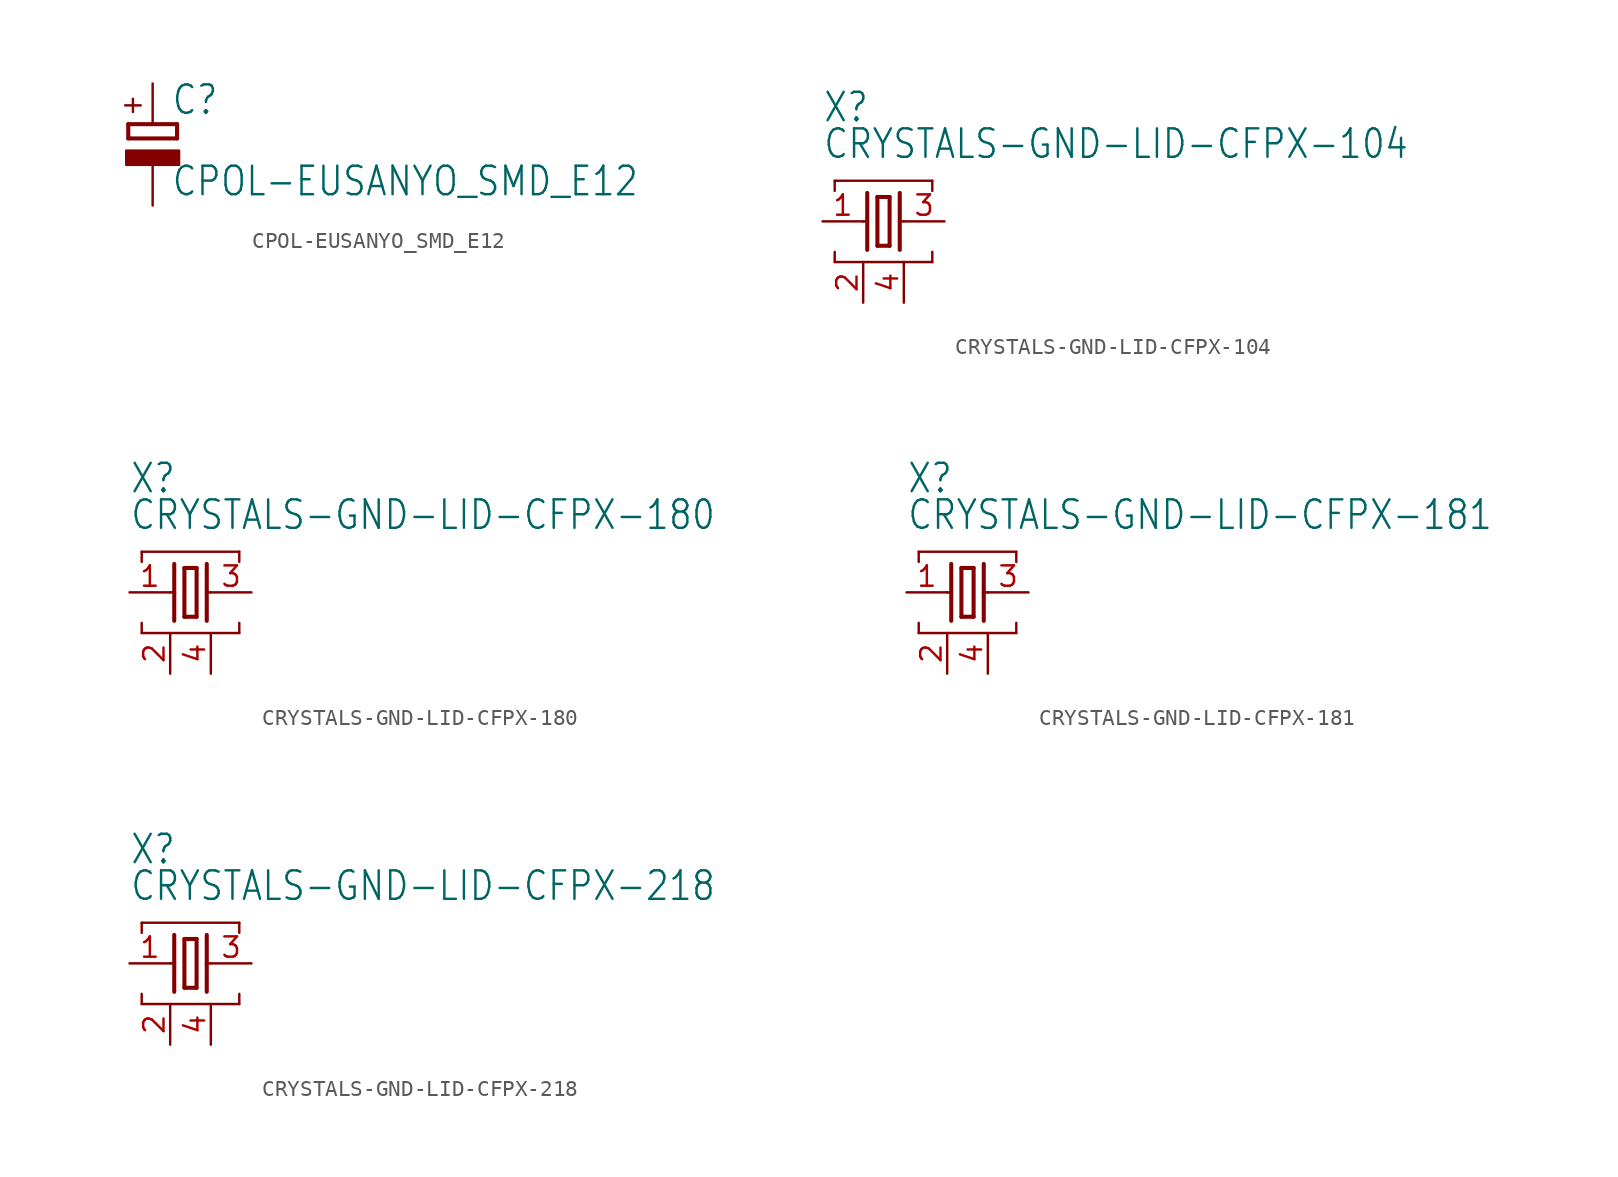
<source format=kicad_sym>
(kicad_symbol_lib
  (version 20210619)
  (generator kicad_symbol_editor)
  (symbol "CPOL-EUSANYO_SMD_E12"
    (property "Reference" "C"
      (at 1.143 0.483 0)
      (effects (font (size 1.778 1.511)) (justify left bottom)))
    (property "Value" "CPOL-EUSANYO_SMD_E12"
      (at 1.143 -4.597 0)
      (effects (font (size 1.778 1.511)) (justify left bottom)))
    (property "ki_locked" ""
      (at 0 0 0)
      (effects (font (size 1.27 1.27))))
    (symbol "CPOL-EUSANYO_SMD_E12_1_0"
      (text "+" (at -0.584 0.406 900) (effects (font (size 1.27 1.079)) (justify left bottom)))
      (rectangle (start -1.651 -2.54) (end 1.651 -1.651) (stroke (width 0)) (fill (type outline)))
      (polyline (pts (xy -1.524 -0.889) (xy 1.524 -0.889)) (stroke (width 0.254)) (fill (type none)))
      (polyline (pts (xy -1.524 0) (xy -1.524 -0.889)) (stroke (width 0.254)) (fill (type none)))
      (polyline (pts (xy -1.524 0) (xy 1.524 0)) (stroke (width 0.254)) (fill (type none)))
      (polyline (pts (xy 1.524 -0.889) (xy 1.524 0)) (stroke (width 0.254)) (fill (type none)))
      (pin passive line (at 0 2.54 270) (length 2.54) (name "+" (effects (font (size 0 0)))) (number "+" (effects (font (size 0 0)))))
      (pin passive line (at 0 -5.08 90) (length 2.54) (name "-" (effects (font (size 0 0)))) (number "-" (effects (font (size 0 0)))))))
  (symbol "CRYSTALS-GND-LID-CFPX-104"
    (property "Reference" "X"
      (at -2.54 6.096 0)
      (effects (font (size 1.778 1.511)) (justify left bottom)))
    (property "Value" "CRYSTALS-GND-LID-CFPX-104"
      (at -2.54 3.81 0)
      (effects (font (size 1.778 1.511)) (justify left bottom)))
    (property "ki_locked" ""
      (at 0 0 0)
      (effects (font (size 1.27 1.27))))
    (symbol "CRYSTALS-GND-LID-CFPX-104_1_0"
      (polyline (pts (xy -1.778 -2.54) (xy -1.778 -1.905)) (stroke (width 0.152)) (fill (type none)))
      (polyline (pts (xy -1.778 -2.54) (xy 4.318 -2.54)) (stroke (width 0.152)) (fill (type none)))
      (polyline (pts (xy -1.778 1.905) (xy -1.778 2.54)) (stroke (width 0.152)) (fill (type none)))
      (polyline (pts (xy -1.778 2.54) (xy 4.318 2.54)) (stroke (width 0.152)) (fill (type none)))
      (polyline (pts (xy 0 0) (xy 0.254 0)) (stroke (width 0.152)) (fill (type none)))
      (polyline (pts (xy 0.254 0) (xy 0.254 -1.778)) (stroke (width 0.254)) (fill (type none)))
      (polyline (pts (xy 0.254 1.778) (xy 0.254 0)) (stroke (width 0.254)) (fill (type none)))
      (polyline (pts (xy 0.889 -1.524) (xy 1.651 -1.524)) (stroke (width 0.254)) (fill (type none)))
      (polyline (pts (xy 0.889 1.524) (xy 0.889 -1.524)) (stroke (width 0.254)) (fill (type none)))
      (polyline (pts (xy 1.651 -1.524) (xy 1.651 1.524)) (stroke (width 0.254)) (fill (type none)))
      (polyline (pts (xy 1.651 1.524) (xy 0.889 1.524)) (stroke (width 0.254)) (fill (type none)))
      (polyline (pts (xy 2.286 0) (xy 2.286 -1.778)) (stroke (width 0.254)) (fill (type none)))
      (polyline (pts (xy 2.286 0) (xy 2.54 0)) (stroke (width 0.152)) (fill (type none)))
      (polyline (pts (xy 2.286 1.778) (xy 2.286 0)) (stroke (width 0.254)) (fill (type none)))
      (polyline (pts (xy 4.318 -1.905) (xy 4.318 -2.54)) (stroke (width 0.152)) (fill (type none)))
      (polyline (pts (xy 4.318 2.54) (xy 4.318 1.905)) (stroke (width 0.152)) (fill (type none)))
      (pin passive line (at -2.54 0 0) (length 2.54) (name "1" (effects (font (size 0 0)))) (number "1" (effects (font (size 1.27 1.27)))))
      (pin passive line (at 0 -5.08 90) (length 2.54) (name "2" (effects (font (size 0 0)))) (number "2" (effects (font (size 1.27 1.27)))))
      (pin passive line (at 5.08 0 180) (length 2.54) (name "3" (effects (font (size 0 0)))) (number "3" (effects (font (size 1.27 1.27)))))
      (pin passive line (at 2.54 -5.08 90) (length 2.54) (name "4" (effects (font (size 0 0)))) (number "4" (effects (font (size 1.27 1.27)))))))
  (symbol "CRYSTALS-GND-LID-CFPX-180"
    (property "Reference" "X"
      (at -2.54 6.096 0)
      (effects (font (size 1.778 1.511)) (justify left bottom)))
    (property "Value" "CRYSTALS-GND-LID-CFPX-180"
      (at -2.54 3.81 0)
      (effects (font (size 1.778 1.511)) (justify left bottom)))
    (property "ki_locked" ""
      (at 0 0 0)
      (effects (font (size 1.27 1.27))))
    (symbol "CRYSTALS-GND-LID-CFPX-180_1_0"
      (polyline (pts (xy -1.778 -2.54) (xy -1.778 -1.905)) (stroke (width 0.152)) (fill (type none)))
      (polyline (pts (xy -1.778 -2.54) (xy 4.318 -2.54)) (stroke (width 0.152)) (fill (type none)))
      (polyline (pts (xy -1.778 1.905) (xy -1.778 2.54)) (stroke (width 0.152)) (fill (type none)))
      (polyline (pts (xy -1.778 2.54) (xy 4.318 2.54)) (stroke (width 0.152)) (fill (type none)))
      (polyline (pts (xy 0 0) (xy 0.254 0)) (stroke (width 0.152)) (fill (type none)))
      (polyline (pts (xy 0.254 0) (xy 0.254 -1.778)) (stroke (width 0.254)) (fill (type none)))
      (polyline (pts (xy 0.254 1.778) (xy 0.254 0)) (stroke (width 0.254)) (fill (type none)))
      (polyline (pts (xy 0.889 -1.524) (xy 1.651 -1.524)) (stroke (width 0.254)) (fill (type none)))
      (polyline (pts (xy 0.889 1.524) (xy 0.889 -1.524)) (stroke (width 0.254)) (fill (type none)))
      (polyline (pts (xy 1.651 -1.524) (xy 1.651 1.524)) (stroke (width 0.254)) (fill (type none)))
      (polyline (pts (xy 1.651 1.524) (xy 0.889 1.524)) (stroke (width 0.254)) (fill (type none)))
      (polyline (pts (xy 2.286 0) (xy 2.286 -1.778)) (stroke (width 0.254)) (fill (type none)))
      (polyline (pts (xy 2.286 0) (xy 2.54 0)) (stroke (width 0.152)) (fill (type none)))
      (polyline (pts (xy 2.286 1.778) (xy 2.286 0)) (stroke (width 0.254)) (fill (type none)))
      (polyline (pts (xy 4.318 -1.905) (xy 4.318 -2.54)) (stroke (width 0.152)) (fill (type none)))
      (polyline (pts (xy 4.318 2.54) (xy 4.318 1.905)) (stroke (width 0.152)) (fill (type none)))
      (pin passive line (at -2.54 0 0) (length 2.54) (name "1" (effects (font (size 0 0)))) (number "1" (effects (font (size 1.27 1.27)))))
      (pin passive line (at 0 -5.08 90) (length 2.54) (name "2" (effects (font (size 0 0)))) (number "2" (effects (font (size 1.27 1.27)))))
      (pin passive line (at 5.08 0 180) (length 2.54) (name "3" (effects (font (size 0 0)))) (number "3" (effects (font (size 1.27 1.27)))))
      (pin passive line (at 2.54 -5.08 90) (length 2.54) (name "4" (effects (font (size 0 0)))) (number "4" (effects (font (size 1.27 1.27)))))))
  (symbol "CRYSTALS-GND-LID-CFPX-181"
    (property "Reference" "X"
      (at -2.54 6.096 0)
      (effects (font (size 1.778 1.511)) (justify left bottom)))
    (property "Value" "CRYSTALS-GND-LID-CFPX-181"
      (at -2.54 3.81 0)
      (effects (font (size 1.778 1.511)) (justify left bottom)))
    (property "ki_locked" ""
      (at 0 0 0)
      (effects (font (size 1.27 1.27))))
    (symbol "CRYSTALS-GND-LID-CFPX-181_1_0"
      (polyline (pts (xy -1.778 -2.54) (xy -1.778 -1.905)) (stroke (width 0.152)) (fill (type none)))
      (polyline (pts (xy -1.778 -2.54) (xy 4.318 -2.54)) (stroke (width 0.152)) (fill (type none)))
      (polyline (pts (xy -1.778 1.905) (xy -1.778 2.54)) (stroke (width 0.152)) (fill (type none)))
      (polyline (pts (xy -1.778 2.54) (xy 4.318 2.54)) (stroke (width 0.152)) (fill (type none)))
      (polyline (pts (xy 0 0) (xy 0.254 0)) (stroke (width 0.152)) (fill (type none)))
      (polyline (pts (xy 0.254 0) (xy 0.254 -1.778)) (stroke (width 0.254)) (fill (type none)))
      (polyline (pts (xy 0.254 1.778) (xy 0.254 0)) (stroke (width 0.254)) (fill (type none)))
      (polyline (pts (xy 0.889 -1.524) (xy 1.651 -1.524)) (stroke (width 0.254)) (fill (type none)))
      (polyline (pts (xy 0.889 1.524) (xy 0.889 -1.524)) (stroke (width 0.254)) (fill (type none)))
      (polyline (pts (xy 1.651 -1.524) (xy 1.651 1.524)) (stroke (width 0.254)) (fill (type none)))
      (polyline (pts (xy 1.651 1.524) (xy 0.889 1.524)) (stroke (width 0.254)) (fill (type none)))
      (polyline (pts (xy 2.286 0) (xy 2.286 -1.778)) (stroke (width 0.254)) (fill (type none)))
      (polyline (pts (xy 2.286 0) (xy 2.54 0)) (stroke (width 0.152)) (fill (type none)))
      (polyline (pts (xy 2.286 1.778) (xy 2.286 0)) (stroke (width 0.254)) (fill (type none)))
      (polyline (pts (xy 4.318 -1.905) (xy 4.318 -2.54)) (stroke (width 0.152)) (fill (type none)))
      (polyline (pts (xy 4.318 2.54) (xy 4.318 1.905)) (stroke (width 0.152)) (fill (type none)))
      (pin passive line (at -2.54 0 0) (length 2.54) (name "1" (effects (font (size 0 0)))) (number "1" (effects (font (size 1.27 1.27)))))
      (pin passive line (at 0 -5.08 90) (length 2.54) (name "2" (effects (font (size 0 0)))) (number "2" (effects (font (size 1.27 1.27)))))
      (pin passive line (at 5.08 0 180) (length 2.54) (name "3" (effects (font (size 0 0)))) (number "3" (effects (font (size 1.27 1.27)))))
      (pin passive line (at 2.54 -5.08 90) (length 2.54) (name "4" (effects (font (size 0 0)))) (number "4" (effects (font (size 1.27 1.27)))))))
  (symbol "CRYSTALS-GND-LID-CFPX-218"
    (property "Reference" "X"
      (at -2.54 6.096 0)
      (effects (font (size 1.778 1.511)) (justify left bottom)))
    (property "Value" "CRYSTALS-GND-LID-CFPX-218"
      (at -2.54 3.81 0)
      (effects (font (size 1.778 1.511)) (justify left bottom)))
    (property "ki_locked" ""
      (at 0 0 0)
      (effects (font (size 1.27 1.27))))
    (symbol "CRYSTALS-GND-LID-CFPX-218_1_0"
      (polyline (pts (xy -1.778 -2.54) (xy -1.778 -1.905)) (stroke (width 0.152)) (fill (type none)))
      (polyline (pts (xy -1.778 -2.54) (xy 4.318 -2.54)) (stroke (width 0.152)) (fill (type none)))
      (polyline (pts (xy -1.778 1.905) (xy -1.778 2.54)) (stroke (width 0.152)) (fill (type none)))
      (polyline (pts (xy -1.778 2.54) (xy 4.318 2.54)) (stroke (width 0.152)) (fill (type none)))
      (polyline (pts (xy 0 0) (xy 0.254 0)) (stroke (width 0.152)) (fill (type none)))
      (polyline (pts (xy 0.254 0) (xy 0.254 -1.778)) (stroke (width 0.254)) (fill (type none)))
      (polyline (pts (xy 0.254 1.778) (xy 0.254 0)) (stroke (width 0.254)) (fill (type none)))
      (polyline (pts (xy 0.889 -1.524) (xy 1.651 -1.524)) (stroke (width 0.254)) (fill (type none)))
      (polyline (pts (xy 0.889 1.524) (xy 0.889 -1.524)) (stroke (width 0.254)) (fill (type none)))
      (polyline (pts (xy 1.651 -1.524) (xy 1.651 1.524)) (stroke (width 0.254)) (fill (type none)))
      (polyline (pts (xy 1.651 1.524) (xy 0.889 1.524)) (stroke (width 0.254)) (fill (type none)))
      (polyline (pts (xy 2.286 0) (xy 2.286 -1.778)) (stroke (width 0.254)) (fill (type none)))
      (polyline (pts (xy 2.286 0) (xy 2.54 0)) (stroke (width 0.152)) (fill (type none)))
      (polyline (pts (xy 2.286 1.778) (xy 2.286 0)) (stroke (width 0.254)) (fill (type none)))
      (polyline (pts (xy 4.318 -1.905) (xy 4.318 -2.54)) (stroke (width 0.152)) (fill (type none)))
      (polyline (pts (xy 4.318 2.54) (xy 4.318 1.905)) (stroke (width 0.152)) (fill (type none)))
      (pin passive line (at -2.54 0 0) (length 2.54) (name "1" (effects (font (size 0 0)))) (number "1" (effects (font (size 1.27 1.27)))))
      (pin passive line (at 0 -5.08 90) (length 2.54) (name "2" (effects (font (size 0 0)))) (number "2" (effects (font (size 1.27 1.27)))))
      (pin passive line (at 5.08 0 180) (length 2.54) (name "3" (effects (font (size 0 0)))) (number "3" (effects (font (size 1.27 1.27)))))
      (pin passive line (at 2.54 -5.08 90) (length 2.54) (name "4" (effects (font (size 0 0)))) (number "4" (effects (font (size 1.27 1.27))))))))
</source>
